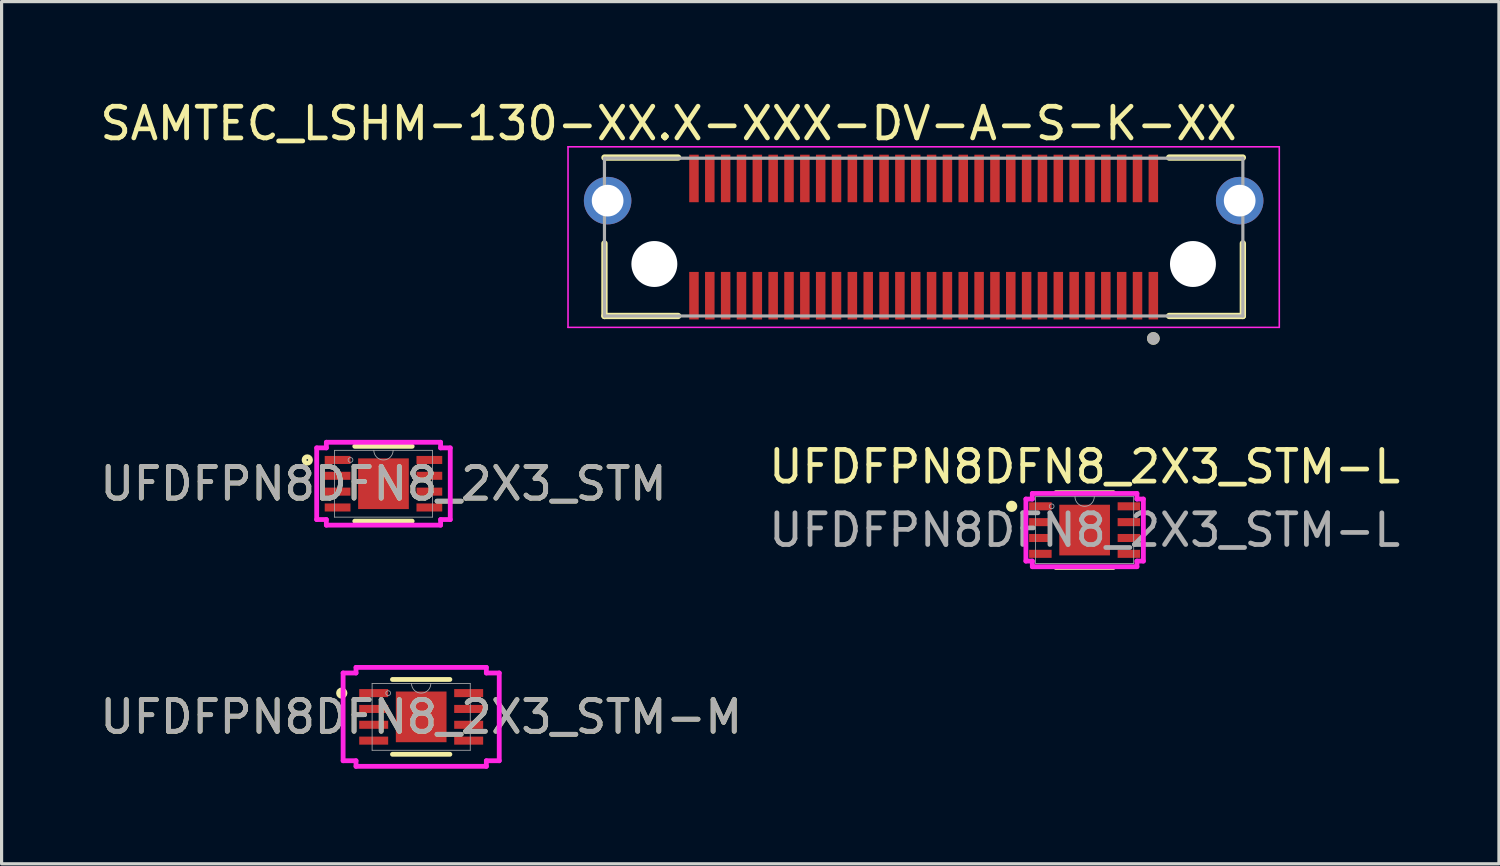
<source format=kicad_pcb>
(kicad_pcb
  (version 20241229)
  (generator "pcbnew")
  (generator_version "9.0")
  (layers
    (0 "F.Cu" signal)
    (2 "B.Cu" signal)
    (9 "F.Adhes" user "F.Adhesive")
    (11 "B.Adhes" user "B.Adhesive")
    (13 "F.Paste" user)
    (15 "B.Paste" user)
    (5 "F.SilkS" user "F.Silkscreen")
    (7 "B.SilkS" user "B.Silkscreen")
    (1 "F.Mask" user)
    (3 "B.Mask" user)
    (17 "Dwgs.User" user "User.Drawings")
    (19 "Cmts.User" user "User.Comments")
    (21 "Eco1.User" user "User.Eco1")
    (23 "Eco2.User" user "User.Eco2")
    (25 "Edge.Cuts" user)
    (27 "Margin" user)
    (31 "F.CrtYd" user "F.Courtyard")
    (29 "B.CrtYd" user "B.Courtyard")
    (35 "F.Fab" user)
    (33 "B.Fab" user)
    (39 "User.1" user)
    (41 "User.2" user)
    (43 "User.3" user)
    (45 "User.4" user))
  (footprint "UFDFPN8DFN8_2X3_STM"
    (layer "F.Cu")
    (at 9.054 12.218)
    (property "Reference" "UFDFPN8DFN8_2X3_STM" (at 0 0 0) (unlocked yes) (layer "F.SilkS") (effects (font (size 1 1) (thickness 0.15))))
    (attr smd)
    (fp_line (start -0.906 1.181) (end 0.906 1.181) (stroke (width 0.152) (type solid)) (layer "F.SilkS"))
    (fp_line (start 0.906 -1.181) (end -0.906 -1.181) (stroke (width 0.152) (type solid)) (layer "F.SilkS"))
    (fp_circle (center -2.405 -0.75) (end -2.303 -0.75) (stroke (width 0.152) (type solid)) (fill no) (layer "F.SilkS"))
    (fp_line (start -2.108 -1.131) (end -1.803 -1.131) (stroke (width 0.152) (type solid)) (layer "F.CrtYd"))
    (fp_line (start -2.108 1.131) (end -2.108 -1.131) (stroke (width 0.152) (type solid)) (layer "F.CrtYd"))
    (fp_line (start -2.108 1.131) (end -1.803 1.131) (stroke (width 0.152) (type solid)) (layer "F.CrtYd"))
    (fp_line (start -1.803 -1.308) (end 1.803 -1.308) (stroke (width 0.152) (type solid)) (layer "F.CrtYd"))
    (fp_line (start -1.803 -1.131) (end -1.803 -1.308) (stroke (width 0.152) (type solid)) (layer "F.CrtYd"))
    (fp_line (start -1.803 1.308) (end -1.803 1.131) (stroke (width 0.152) (type solid)) (layer "F.CrtYd"))
    (fp_line (start 1.803 -1.308) (end 1.803 -1.131) (stroke (width 0.152) (type solid)) (layer "F.CrtYd"))
    (fp_line (start 1.803 1.131) (end 1.803 1.308) (stroke (width 0.152) (type solid)) (layer "F.CrtYd"))
    (fp_line (start 1.803 1.308) (end -1.803 1.308) (stroke (width 0.152) (type solid)) (layer "F.CrtYd"))
    (fp_line (start 2.108 -1.131) (end 1.803 -1.131) (stroke (width 0.152) (type solid)) (layer "F.CrtYd"))
    (fp_line (start 2.108 -1.131) (end 2.108 1.131) (stroke (width 0.152) (type solid)) (layer "F.CrtYd"))
    (fp_line (start 2.108 1.131) (end 1.803 1.131) (stroke (width 0.152) (type solid)) (layer "F.CrtYd"))
    (fp_line (start -1.549 -1.054) (end -1.549 1.054) (stroke (width 0.025) (type solid)) (layer "F.Fab"))
    (fp_line (start -1.549 1.054) (end 1.549 1.054) (stroke (width 0.025) (type solid)) (layer "F.Fab"))
    (fp_line (start 1.549 -1.054) (end -1.549 -1.054) (stroke (width 0.025) (type solid)) (layer "F.Fab"))
    (fp_line (start 1.549 1.054) (end 1.549 -1.054) (stroke (width 0.025) (type solid)) (layer "F.Fab"))
    (fp_arc (start 0.3048 -1.0541) (mid 0 -0.7493) (end -0.3048 -1.0541) (stroke (width 0.0254) (type solid)) (layer "F.Fab"))
    (fp_circle (center -1.041 -0.75) (end -0.965 -0.75) (stroke (width 0.025) (type solid)) (fill no) (layer "F.Fab"))
    (fp_text user "${REFERENCE}" (at 0 0 0) (unlocked yes) (layer "F.Fab") (effects (font (size 1 1) (thickness 0.15))))
    (pad "1" smd rect (at -1.448 -0.75) (size 0.813 0.254) (layers "F.Cu" "F.Mask" "F.Paste"))
    (pad "2" smd rect (at -1.448 -0.25) (size 0.813 0.254) (layers "F.Cu" "F.Mask" "F.Paste"))
    (pad "3" smd rect (at -1.448 0.25) (size 0.813 0.254) (layers "F.Cu" "F.Mask" "F.Paste"))
    (pad "4" smd rect (at -1.448 0.75) (size 0.813 0.254) (layers "F.Cu" "F.Mask" "F.Paste"))
    (pad "5" smd rect (at 1.448 0.75) (size 0.813 0.254) (layers "F.Cu" "F.Mask" "F.Paste"))
    (pad "6" smd rect (at 1.448 0.25) (size 0.813 0.254) (layers "F.Cu" "F.Mask" "F.Paste"))
    (pad "7" smd rect (at 1.448 -0.25) (size 0.813 0.254) (layers "F.Cu" "F.Mask" "F.Paste"))
    (pad "8" smd rect (at 1.448 -0.75) (size 0.813 0.254) (layers "F.Cu" "F.Mask" "F.Paste"))
    (pad "9" smd rect (at 0 0) (size 1.6 1.6) (layers "F.Cu" "F.Mask" "F.Paste")))
  (footprint "UFDFPN8DFN8_2X3_STM-L"
    (layer "F.Cu")
    (at 31.185 13.681)
    (property "Reference" "UFDFPN8DFN8_2X3_STM-L" (at 0 -2 0) (unlocked yes) (layer "F.SilkS") (effects (font (size 1 1) (thickness 0.15))))
    (attr smd)
    (fp_line (start -0.906 1.181) (end 0.906 1.181) (stroke (width 0.152) (type solid)) (layer "F.SilkS"))
    (fp_line (start 0.906 -1.181) (end -0.906 -1.181) (stroke (width 0.152) (type solid)) (layer "F.SilkS"))
    (fp_circle (center -2.303 -0.75) (end -2.202 -0.75) (stroke (width 0.152) (type solid)) (fill yes) (layer "F.SilkS"))
    (fp_line (start -1.854 -0.979) (end -1.651 -0.979) (stroke (width 0.152) (type solid)) (layer "F.CrtYd"))
    (fp_line (start -1.854 0.979) (end -1.854 -0.979) (stroke (width 0.152) (type solid)) (layer "F.CrtYd"))
    (fp_line (start -1.854 0.979) (end -1.651 0.979) (stroke (width 0.152) (type solid)) (layer "F.CrtYd"))
    (fp_line (start -1.651 -1.156) (end 1.651 -1.156) (stroke (width 0.152) (type solid)) (layer "F.CrtYd"))
    (fp_line (start -1.651 -0.979) (end -1.651 -1.156) (stroke (width 0.152) (type solid)) (layer "F.CrtYd"))
    (fp_line (start -1.651 1.156) (end -1.651 0.979) (stroke (width 0.152) (type solid)) (layer "F.CrtYd"))
    (fp_line (start 1.651 -1.156) (end 1.651 -0.979) (stroke (width 0.152) (type solid)) (layer "F.CrtYd"))
    (fp_line (start 1.651 0.979) (end 1.651 1.156) (stroke (width 0.152) (type solid)) (layer "F.CrtYd"))
    (fp_line (start 1.651 1.156) (end -1.651 1.156) (stroke (width 0.152) (type solid)) (layer "F.CrtYd"))
    (fp_line (start 1.854 -0.979) (end 1.651 -0.979) (stroke (width 0.152) (type solid)) (layer "F.CrtYd"))
    (fp_line (start 1.854 -0.979) (end 1.854 0.979) (stroke (width 0.152) (type solid)) (layer "F.CrtYd"))
    (fp_line (start 1.854 0.979) (end 1.651 0.979) (stroke (width 0.152) (type solid)) (layer "F.CrtYd"))
    (fp_line (start -1.549 -1.054) (end -1.549 1.054) (stroke (width 0.025) (type solid)) (layer "F.Fab"))
    (fp_line (start -1.549 1.054) (end 1.549 1.054) (stroke (width 0.025) (type solid)) (layer "F.Fab"))
    (fp_line (start 1.549 -1.054) (end -1.549 -1.054) (stroke (width 0.025) (type solid)) (layer "F.Fab"))
    (fp_line (start 1.549 1.054) (end 1.549 -1.054) (stroke (width 0.025) (type solid)) (layer "F.Fab"))
    (fp_arc (start 0.3048 -1.0541) (mid 0 -0.7493) (end -0.3048 -1.0541) (stroke (width 0.0254) (type solid)) (layer "F.Fab"))
    (fp_circle (center -1.041 -0.75) (end -0.965 -0.75) (stroke (width 0.025) (type solid)) (fill no) (layer "F.Fab"))
    (fp_text user "${REFERENCE}" (at 0 0 0) (unlocked yes) (layer "F.Fab") (effects (font (size 1 1) (thickness 0.15))))
    (pad "1" smd rect (at -1.397 -0.75) (size 0.711 0.254) (layers "F.Cu" "F.Mask" "F.Paste"))
    (pad "2" smd rect (at -1.397 -0.25) (size 0.711 0.254) (layers "F.Cu" "F.Mask" "F.Paste"))
    (pad "3" smd rect (at -1.397 0.25) (size 0.711 0.254) (layers "F.Cu" "F.Mask" "F.Paste"))
    (pad "4" smd rect (at -1.397 0.75) (size 0.711 0.254) (layers "F.Cu" "F.Mask" "F.Paste"))
    (pad "5" smd rect (at 1.397 0.75) (size 0.711 0.254) (layers "F.Cu" "F.Mask" "F.Paste"))
    (pad "6" smd rect (at 1.397 0.25) (size 0.711 0.254) (layers "F.Cu" "F.Mask" "F.Paste"))
    (pad "7" smd rect (at 1.397 -0.25) (size 0.711 0.254) (layers "F.Cu" "F.Mask" "F.Paste"))
    (pad "8" smd rect (at 1.397 -0.75) (size 0.711 0.254) (layers "F.Cu" "F.Mask" "F.Paste"))
    (pad "9" smd rect (at 0 0) (size 1.6 1.6) (layers "F.Cu" "F.Mask" "F.Paste")))
  (footprint "SAMTEC_LSHM-130-XX.X-XXX-DV-A-S-K-XX"
    (layer "F.Cu")
    (at 26.104 4.433)
    (property "Reference" "SAMTEC_LSHM-130-XX.X-XXX-DV-A-S-K-XX" (at -8.05 -3.585 0) (layer "F.SilkS") (effects (font (size 1 1) (thickness 0.15))))
    (attr smd)
    (fp_line (start -10.075 2.49) (end -10.075 0.2) (stroke (width 0.2) (type solid)) (layer "F.SilkS"))
    (fp_line (start -10.075 2.49) (end -7.75 2.49) (stroke (width 0.2) (type solid)) (layer "F.SilkS"))
    (fp_line (start -7.75 -2.51) (end -10.075 -2.51) (stroke (width 0.2) (type solid)) (layer "F.SilkS"))
    (fp_line (start 7.75 2.49) (end 10.075 2.49) (stroke (width 0.2) (type solid)) (layer "F.SilkS"))
    (fp_line (start 10.075 -2.51) (end 7.75 -2.51) (stroke (width 0.2) (type solid)) (layer "F.SilkS"))
    (fp_line (start 10.075 2.49) (end 10.075 0.2) (stroke (width 0.2) (type solid)) (layer "F.SilkS"))
    (fp_circle (center 7.25 3.2) (end 7.35 3.2) (stroke (width 0.2) (type solid)) (fill no) (layer "F.SilkS"))
    (fp_circle (center -9.975 -1.15) (end -9.475 -1.15) (stroke (width 1) (type solid)) (fill no) (layer "F.Paste"))
    (fp_circle (center 9.975 -1.15) (end 10.475 -1.15) (stroke (width 1) (type solid)) (fill no) (layer "F.Paste"))
    (fp_line (start -11.225 -2.85) (end 11.225 -2.85) (stroke (width 0.05) (type solid)) (layer "F.CrtYd"))
    (fp_line (start -11.225 2.85) (end -11.225 -2.85) (stroke (width 0.05) (type solid)) (layer "F.CrtYd"))
    (fp_line (start 11.225 -2.85) (end 11.225 2.85) (stroke (width 0.05) (type solid)) (layer "F.CrtYd"))
    (fp_line (start 11.225 2.85) (end -11.225 2.85) (stroke (width 0.05) (type solid)) (layer "F.CrtYd"))
    (fp_line (start -10.075 -2.49) (end 10.075 -2.49) (stroke (width 0.1) (type solid)) (layer "F.Fab"))
    (fp_line (start -10.075 2.49) (end -10.075 -2.49) (stroke (width 0.1) (type solid)) (layer "F.Fab"))
    (fp_line (start 10.075 -2.49) (end 10.075 2.49) (stroke (width 0.1) (type solid)) (layer "F.Fab"))
    (fp_line (start 10.075 2.49) (end -10.075 2.49) (stroke (width 0.1) (type solid)) (layer "F.Fab"))
    (fp_circle (center 7.25 3.2) (end 7.35 3.2) (stroke (width 0.2) (type solid)) (fill no) (layer "F.Fab"))
    (pad "" np_thru_hole circle (at -8.5 0.85) (size 1.45 1.45) (drill 1.45) (layers "*.Cu" "*.Mask"))
    (pad "" np_thru_hole circle (at 8.5 0.85) (size 1.45 1.45) (drill 1.45) (layers "*.Cu" "*.Mask"))
    (pad "01" smd rect (at 7.25 1.85) (size 0.3 1.5) (layers "F.Cu" "F.Mask" "F.Paste"))
    (pad "02" smd rect (at 7.25 -1.85) (size 0.3 1.5) (layers "F.Cu" "F.Mask" "F.Paste"))
    (pad "03" smd rect (at 6.75 1.85) (size 0.3 1.5) (layers "F.Cu" "F.Mask" "F.Paste"))
    (pad "04" smd rect (at 6.75 -1.85) (size 0.3 1.5) (layers "F.Cu" "F.Mask" "F.Paste"))
    (pad "05" smd rect (at 6.25 1.85) (size 0.3 1.5) (layers "F.Cu" "F.Mask" "F.Paste"))
    (pad "06" smd rect (at 6.25 -1.85) (size 0.3 1.5) (layers "F.Cu" "F.Mask" "F.Paste"))
    (pad "07" smd rect (at 5.75 1.85) (size 0.3 1.5) (layers "F.Cu" "F.Mask" "F.Paste"))
    (pad "08" smd rect (at 5.75 -1.85) (size 0.3 1.5) (layers "F.Cu" "F.Mask" "F.Paste"))
    (pad "09" smd rect (at 5.25 1.85) (size 0.3 1.5) (layers "F.Cu" "F.Mask" "F.Paste"))
    (pad "10" smd rect (at 5.25 -1.85) (size 0.3 1.5) (layers "F.Cu" "F.Mask" "F.Paste"))
    (pad "11" smd rect (at 4.75 1.85) (size 0.3 1.5) (layers "F.Cu" "F.Mask" "F.Paste"))
    (pad "12" smd rect (at 4.75 -1.85) (size 0.3 1.5) (layers "F.Cu" "F.Mask" "F.Paste"))
    (pad "13" smd rect (at 4.25 1.85) (size 0.3 1.5) (layers "F.Cu" "F.Mask" "F.Paste"))
    (pad "14" smd rect (at 4.25 -1.85) (size 0.3 1.5) (layers "F.Cu" "F.Mask" "F.Paste"))
    (pad "15" smd rect (at 3.75 1.85) (size 0.3 1.5) (layers "F.Cu" "F.Mask" "F.Paste"))
    (pad "16" smd rect (at 3.75 -1.85) (size 0.3 1.5) (layers "F.Cu" "F.Mask" "F.Paste"))
    (pad "17" smd rect (at 3.25 1.85) (size 0.3 1.5) (layers "F.Cu" "F.Mask" "F.Paste"))
    (pad "18" smd rect (at 3.25 -1.85) (size 0.3 1.5) (layers "F.Cu" "F.Mask" "F.Paste"))
    (pad "19" smd rect (at 2.75 1.85) (size 0.3 1.5) (layers "F.Cu" "F.Mask" "F.Paste"))
    (pad "20" smd rect (at 2.75 -1.85) (size 0.3 1.5) (layers "F.Cu" "F.Mask" "F.Paste"))
    (pad "21" smd rect (at 2.25 1.85) (size 0.3 1.5) (layers "F.Cu" "F.Mask" "F.Paste"))
    (pad "22" smd rect (at 2.25 -1.85) (size 0.3 1.5) (layers "F.Cu" "F.Mask" "F.Paste"))
    (pad "23" smd rect (at 1.75 1.85) (size 0.3 1.5) (layers "F.Cu" "F.Mask" "F.Paste"))
    (pad "24" smd rect (at 1.75 -1.85) (size 0.3 1.5) (layers "F.Cu" "F.Mask" "F.Paste"))
    (pad "25" smd rect (at 1.25 1.85) (size 0.3 1.5) (layers "F.Cu" "F.Mask" "F.Paste"))
    (pad "26" smd rect (at 1.25 -1.85) (size 0.3 1.5) (layers "F.Cu" "F.Mask" "F.Paste"))
    (pad "27" smd rect (at 0.75 1.85) (size 0.3 1.5) (layers "F.Cu" "F.Mask" "F.Paste"))
    (pad "28" smd rect (at 0.75 -1.85) (size 0.3 1.5) (layers "F.Cu" "F.Mask" "F.Paste"))
    (pad "29" smd rect (at 0.25 1.85) (size 0.3 1.5) (layers "F.Cu" "F.Mask" "F.Paste"))
    (pad "30" smd rect (at 0.25 -1.85) (size 0.3 1.5) (layers "F.Cu" "F.Mask" "F.Paste"))
    (pad "31" smd rect (at -0.25 1.85) (size 0.3 1.5) (layers "F.Cu" "F.Mask" "F.Paste"))
    (pad "32" smd rect (at -0.25 -1.85) (size 0.3 1.5) (layers "F.Cu" "F.Mask" "F.Paste"))
    (pad "33" smd rect (at -0.75 1.85) (size 0.3 1.5) (layers "F.Cu" "F.Mask" "F.Paste"))
    (pad "34" smd rect (at -0.75 -1.85) (size 0.3 1.5) (layers "F.Cu" "F.Mask" "F.Paste"))
    (pad "35" smd rect (at -1.25 1.85) (size 0.3 1.5) (layers "F.Cu" "F.Mask" "F.Paste"))
    (pad "36" smd rect (at -1.25 -1.85) (size 0.3 1.5) (layers "F.Cu" "F.Mask" "F.Paste"))
    (pad "37" smd rect (at -1.75 1.85) (size 0.3 1.5) (layers "F.Cu" "F.Mask" "F.Paste"))
    (pad "38" smd rect (at -1.75 -1.85) (size 0.3 1.5) (layers "F.Cu" "F.Mask" "F.Paste"))
    (pad "39" smd rect (at -2.25 1.85) (size 0.3 1.5) (layers "F.Cu" "F.Mask" "F.Paste"))
    (pad "40" smd rect (at -2.25 -1.85) (size 0.3 1.5) (layers "F.Cu" "F.Mask" "F.Paste"))
    (pad "41" smd rect (at -2.75 1.85) (size 0.3 1.5) (layers "F.Cu" "F.Mask" "F.Paste"))
    (pad "42" smd rect (at -2.75 -1.85) (size 0.3 1.5) (layers "F.Cu" "F.Mask" "F.Paste"))
    (pad "43" smd rect (at -3.25 1.85) (size 0.3 1.5) (layers "F.Cu" "F.Mask" "F.Paste"))
    (pad "44" smd rect (at -3.25 -1.85) (size 0.3 1.5) (layers "F.Cu" "F.Mask" "F.Paste"))
    (pad "45" smd rect (at -3.75 1.85) (size 0.3 1.5) (layers "F.Cu" "F.Mask" "F.Paste"))
    (pad "46" smd rect (at -3.75 -1.85) (size 0.3 1.5) (layers "F.Cu" "F.Mask" "F.Paste"))
    (pad "47" smd rect (at -4.25 1.85) (size 0.3 1.5) (layers "F.Cu" "F.Mask" "F.Paste"))
    (pad "48" smd rect (at -4.25 -1.85) (size 0.3 1.5) (layers "F.Cu" "F.Mask" "F.Paste"))
    (pad "49" smd rect (at -4.75 1.85) (size 0.3 1.5) (layers "F.Cu" "F.Mask" "F.Paste"))
    (pad "50" smd rect (at -4.75 -1.85) (size 0.3 1.5) (layers "F.Cu" "F.Mask" "F.Paste"))
    (pad "51" smd rect (at -5.25 1.85) (size 0.3 1.5) (layers "F.Cu" "F.Mask" "F.Paste"))
    (pad "52" smd rect (at -5.25 -1.85) (size 0.3 1.5) (layers "F.Cu" "F.Mask" "F.Paste"))
    (pad "53" smd rect (at -5.75 1.85) (size 0.3 1.5) (layers "F.Cu" "F.Mask" "F.Paste"))
    (pad "54" smd rect (at -5.75 -1.85) (size 0.3 1.5) (layers "F.Cu" "F.Mask" "F.Paste"))
    (pad "55" smd rect (at -6.25 1.85) (size 0.3 1.5) (layers "F.Cu" "F.Mask" "F.Paste"))
    (pad "56" smd rect (at -6.25 -1.85) (size 0.3 1.5) (layers "F.Cu" "F.Mask" "F.Paste"))
    (pad "57" smd rect (at -6.75 1.85) (size 0.3 1.5) (layers "F.Cu" "F.Mask" "F.Paste"))
    (pad "58" smd rect (at -6.75 -1.85) (size 0.3 1.5) (layers "F.Cu" "F.Mask" "F.Paste"))
    (pad "59" smd rect (at -7.25 1.85) (size 0.3 1.5) (layers "F.Cu" "F.Mask" "F.Paste"))
    (pad "60" smd rect (at -7.25 -1.85) (size 0.3 1.5) (layers "F.Cu" "F.Mask" "F.Paste"))
    (pad "S1" thru_hole circle (at -9.975 -1.15) (size 1.5 1.5) (drill 1) (layers "*.Cu" "*.Mask"))
    (pad "S2" thru_hole circle (at 9.975 -1.15) (size 1.5 1.5) (drill 1) (layers "*.Cu" "*.Mask")))
  (footprint "UFDFPN8DFN8_2X3_STM-M"
    (layer "F.Cu")
    (at 10.244 19.577)
    (property "Reference" "UFDFPN8DFN8_2X3_STM-M" (at 0 0 0) (unlocked yes) (layer "F.SilkS") (effects (font (size 1 1) (thickness 0.15))))
    (attr smd)
    (fp_line (start -0.906 1.181) (end 0.906 1.181) (stroke (width 0.152) (type solid)) (layer "F.SilkS"))
    (fp_line (start 0.906 -1.181) (end -0.906 -1.181) (stroke (width 0.152) (type solid)) (layer "F.SilkS"))
    (fp_circle (center -2.507 -0.75) (end -2.405 -0.75) (stroke (width 0.152) (type solid)) (fill no) (layer "F.SilkS"))
    (fp_line (start -2.464 -1.385) (end -2.057 -1.385) (stroke (width 0.152) (type solid)) (layer "F.CrtYd"))
    (fp_line (start -2.464 1.385) (end -2.464 -1.385) (stroke (width 0.152) (type solid)) (layer "F.CrtYd"))
    (fp_line (start -2.464 1.385) (end -2.057 1.385) (stroke (width 0.152) (type solid)) (layer "F.CrtYd"))
    (fp_line (start -2.057 -1.562) (end 2.057 -1.562) (stroke (width 0.152) (type solid)) (layer "F.CrtYd"))
    (fp_line (start -2.057 -1.385) (end -2.057 -1.562) (stroke (width 0.152) (type solid)) (layer "F.CrtYd"))
    (fp_line (start -2.057 1.562) (end -2.057 1.385) (stroke (width 0.152) (type solid)) (layer "F.CrtYd"))
    (fp_line (start 2.057 -1.562) (end 2.057 -1.385) (stroke (width 0.152) (type solid)) (layer "F.CrtYd"))
    (fp_line (start 2.057 1.385) (end 2.057 1.562) (stroke (width 0.152) (type solid)) (layer "F.CrtYd"))
    (fp_line (start 2.057 1.562) (end -2.057 1.562) (stroke (width 0.152) (type solid)) (layer "F.CrtYd"))
    (fp_line (start 2.464 -1.385) (end 2.057 -1.385) (stroke (width 0.152) (type solid)) (layer "F.CrtYd"))
    (fp_line (start 2.464 -1.385) (end 2.464 1.385) (stroke (width 0.152) (type solid)) (layer "F.CrtYd"))
    (fp_line (start 2.464 1.385) (end 2.057 1.385) (stroke (width 0.152) (type solid)) (layer "F.CrtYd"))
    (fp_line (start -1.549 -1.054) (end -1.549 1.054) (stroke (width 0.025) (type solid)) (layer "F.Fab"))
    (fp_line (start -1.549 1.054) (end 1.549 1.054) (stroke (width 0.025) (type solid)) (layer "F.Fab"))
    (fp_line (start 1.549 -1.054) (end -1.549 -1.054) (stroke (width 0.025) (type solid)) (layer "F.Fab"))
    (fp_line (start 1.549 1.054) (end 1.549 -1.054) (stroke (width 0.025) (type solid)) (layer "F.Fab"))
    (fp_arc (start 0.3048 -1.0541) (mid 0 -0.7493) (end -0.3048 -1.0541) (stroke (width 0.0254) (type solid)) (layer "F.Fab"))
    (fp_circle (center -1.041 -0.75) (end -0.965 -0.75) (stroke (width 0.025) (type solid)) (fill no) (layer "F.Fab"))
    (fp_text user "${REFERENCE}" (at 0 0 0) (unlocked yes) (layer "F.Fab") (effects (font (size 1 1) (thickness 0.15))))
    (pad "1" smd rect (at -1.499 -0.75) (size 0.914 0.254) (layers "F.Cu" "F.Mask" "F.Paste"))
    (pad "2" smd rect (at -1.499 -0.25) (size 0.914 0.254) (layers "F.Cu" "F.Mask" "F.Paste"))
    (pad "3" smd rect (at -1.499 0.25) (size 0.914 0.254) (layers "F.Cu" "F.Mask" "F.Paste"))
    (pad "4" smd rect (at -1.499 0.75) (size 0.914 0.254) (layers "F.Cu" "F.Mask" "F.Paste"))
    (pad "5" smd rect (at 1.499 0.75) (size 0.914 0.254) (layers "F.Cu" "F.Mask" "F.Paste"))
    (pad "6" smd rect (at 1.499 0.25) (size 0.914 0.254) (layers "F.Cu" "F.Mask" "F.Paste"))
    (pad "7" smd rect (at 1.499 -0.25) (size 0.914 0.254) (layers "F.Cu" "F.Mask" "F.Paste"))
    (pad "8" smd rect (at 1.499 -0.75) (size 0.914 0.254) (layers "F.Cu" "F.Mask" "F.Paste"))
    (pad "9" smd rect (at 0 0) (size 1.6 1.6) (layers "F.Cu" "F.Mask" "F.Paste")))
  (gr_rect
    (start -3 -3)
    (end 44.262 24.215)
    (stroke (width 0.1) (type default))
    (fill no)
    (layer "Edge.Cuts")))
</source>
